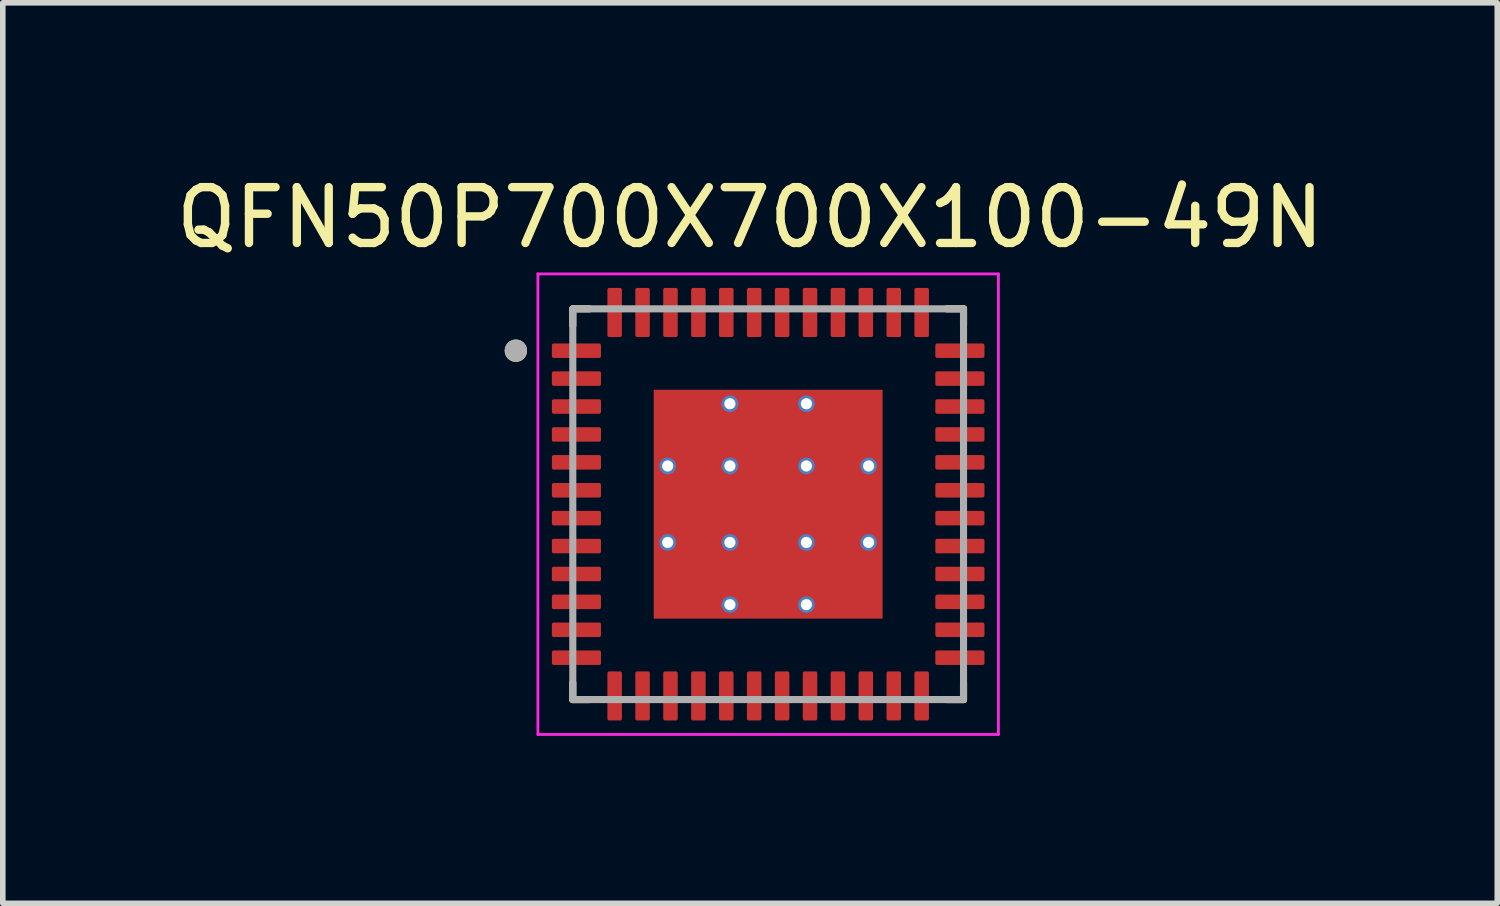
<source format=kicad_pcb>
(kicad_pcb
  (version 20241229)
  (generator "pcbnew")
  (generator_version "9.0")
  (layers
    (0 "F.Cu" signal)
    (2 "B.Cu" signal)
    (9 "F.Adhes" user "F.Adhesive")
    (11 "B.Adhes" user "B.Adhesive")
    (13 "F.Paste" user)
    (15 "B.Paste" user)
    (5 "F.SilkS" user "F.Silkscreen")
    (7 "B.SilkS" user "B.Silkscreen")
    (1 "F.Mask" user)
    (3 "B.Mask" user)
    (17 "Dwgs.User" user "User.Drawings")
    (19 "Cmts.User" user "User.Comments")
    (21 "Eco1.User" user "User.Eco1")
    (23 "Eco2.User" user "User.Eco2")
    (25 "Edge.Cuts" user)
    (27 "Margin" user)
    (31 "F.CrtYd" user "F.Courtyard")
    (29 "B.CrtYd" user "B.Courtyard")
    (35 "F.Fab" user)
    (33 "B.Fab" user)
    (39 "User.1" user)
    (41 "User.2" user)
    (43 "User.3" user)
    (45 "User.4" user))
  (footprint "QFN50P700X700X100-49N"
    (layer "F.Cu")
    (at 10.712 5.983)
    (property "Reference" "QFN50P700X700X100-49N" (at -0.325 -5.135 0) (layer "F.SilkS") (effects (font (size 1 1) (thickness 0.15))))
    (attr smd)
    (fp_line (start -3.5 -3.5) (end -3.5 -3.2) (stroke (width 0.127) (type solid)) (layer "F.SilkS"))
    (fp_line (start -3.5 -3.5) (end -3.2 -3.5) (stroke (width 0.127) (type solid)) (layer "F.SilkS"))
    (fp_line (start -3.5 3.5) (end -3.5 3.2) (stroke (width 0.127) (type solid)) (layer "F.SilkS"))
    (fp_line (start -3.5 3.5) (end -3.2 3.5) (stroke (width 0.127) (type solid)) (layer "F.SilkS"))
    (fp_line (start 3.5 -3.5) (end 3.2 -3.5) (stroke (width 0.127) (type solid)) (layer "F.SilkS"))
    (fp_line (start 3.5 -3.5) (end 3.5 -3.2) (stroke (width 0.127) (type solid)) (layer "F.SilkS"))
    (fp_line (start 3.5 3.5) (end 3.2 3.5) (stroke (width 0.127) (type solid)) (layer "F.SilkS"))
    (fp_line (start 3.5 3.5) (end 3.5 3.2) (stroke (width 0.127) (type solid)) (layer "F.SilkS"))
    (fp_circle (center -4.52 -2.75) (end -4.42 -2.75) (stroke (width 0.2) (type solid)) (fill no) (layer "F.SilkS"))
    (fp_poly (pts (xy -1.955 -1.955) (xy -0.785 -1.955) (xy -0.785 -0.785) (xy -1.955 -0.785)) (stroke (width 0.01) (type solid)) (fill yes) (layer "F.Paste"))
    (fp_poly (pts (xy -1.955 -0.585) (xy -0.785 -0.585) (xy -0.785 0.585) (xy -1.955 0.585)) (stroke (width 0.01) (type solid)) (fill yes) (layer "F.Paste"))
    (fp_poly (pts (xy -1.955 0.785) (xy -0.785 0.785) (xy -0.785 1.955) (xy -1.955 1.955)) (stroke (width 0.01) (type solid)) (fill yes) (layer "F.Paste"))
    (fp_poly (pts (xy -0.585 -1.955) (xy 0.585 -1.955) (xy 0.585 -0.785) (xy -0.585 -0.785)) (stroke (width 0.01) (type solid)) (fill yes) (layer "F.Paste"))
    (fp_poly (pts (xy -0.585 -0.585) (xy 0.585 -0.585) (xy 0.585 0.585) (xy -0.585 0.585)) (stroke (width 0.01) (type solid)) (fill yes) (layer "F.Paste"))
    (fp_poly (pts (xy -0.585 0.785) (xy 0.585 0.785) (xy 0.585 1.955) (xy -0.585 1.955)) (stroke (width 0.01) (type solid)) (fill yes) (layer "F.Paste"))
    (fp_poly (pts (xy 0.785 -1.955) (xy 1.955 -1.955) (xy 1.955 -0.785) (xy 0.785 -0.785)) (stroke (width 0.01) (type solid)) (fill yes) (layer "F.Paste"))
    (fp_poly (pts (xy 0.785 -0.585) (xy 1.955 -0.585) (xy 1.955 0.585) (xy 0.785 0.585)) (stroke (width 0.01) (type solid)) (fill yes) (layer "F.Paste"))
    (fp_poly (pts (xy 0.785 0.785) (xy 1.955 0.785) (xy 1.955 1.955) (xy 0.785 1.955)) (stroke (width 0.01) (type solid)) (fill yes) (layer "F.Paste"))
    (fp_line (start -4.125 -4.125) (end 4.125 -4.125) (stroke (width 0.05) (type solid)) (layer "F.CrtYd"))
    (fp_line (start -4.125 4.125) (end -4.125 -4.125) (stroke (width 0.05) (type solid)) (layer "F.CrtYd"))
    (fp_line (start -4.125 4.125) (end 4.125 4.125) (stroke (width 0.05) (type solid)) (layer "F.CrtYd"))
    (fp_line (start 4.125 4.125) (end 4.125 -4.125) (stroke (width 0.05) (type solid)) (layer "F.CrtYd"))
    (fp_line (start -3.5 3.5) (end -3.5 -3.5) (stroke (width 0.127) (type solid)) (layer "F.Fab"))
    (fp_line (start 3.5 -3.5) (end -3.5 -3.5) (stroke (width 0.127) (type solid)) (layer "F.Fab"))
    (fp_line (start 3.5 3.5) (end -3.5 3.5) (stroke (width 0.127) (type solid)) (layer "F.Fab"))
    (fp_line (start 3.5 3.5) (end 3.5 -3.5) (stroke (width 0.127) (type solid)) (layer "F.Fab"))
    (fp_circle (center -4.52 -2.75) (end -4.42 -2.75) (stroke (width 0.2) (type solid)) (fill no) (layer "F.Fab"))
    (pad "1" smd roundrect (at -3.435 -2.75) (size 0.88 0.26) (layers "F.Cu" "F.Mask" "F.Paste") (roundrect_rratio 0.125))
    (pad "2" smd roundrect (at -3.435 -2.25) (size 0.88 0.26) (layers "F.Cu" "F.Mask" "F.Paste") (roundrect_rratio 0.125))
    (pad "3" smd roundrect (at -3.435 -1.75) (size 0.88 0.26) (layers "F.Cu" "F.Mask" "F.Paste") (roundrect_rratio 0.125))
    (pad "4" smd roundrect (at -3.435 -1.25) (size 0.88 0.26) (layers "F.Cu" "F.Mask" "F.Paste") (roundrect_rratio 0.125))
    (pad "5" smd roundrect (at -3.435 -0.75) (size 0.88 0.26) (layers "F.Cu" "F.Mask" "F.Paste") (roundrect_rratio 0.125))
    (pad "6" smd roundrect (at -3.435 -0.25) (size 0.88 0.26) (layers "F.Cu" "F.Mask" "F.Paste") (roundrect_rratio 0.125))
    (pad "7" smd roundrect (at -3.435 0.25) (size 0.88 0.26) (layers "F.Cu" "F.Mask" "F.Paste") (roundrect_rratio 0.125))
    (pad "8" smd roundrect (at -3.435 0.75) (size 0.88 0.26) (layers "F.Cu" "F.Mask" "F.Paste") (roundrect_rratio 0.125))
    (pad "9" smd roundrect (at -3.435 1.25) (size 0.88 0.26) (layers "F.Cu" "F.Mask" "F.Paste") (roundrect_rratio 0.125))
    (pad "10" smd roundrect (at -3.435 1.75) (size 0.88 0.26) (layers "F.Cu" "F.Mask" "F.Paste") (roundrect_rratio 0.125))
    (pad "11" smd roundrect (at -3.435 2.25) (size 0.88 0.26) (layers "F.Cu" "F.Mask" "F.Paste") (roundrect_rratio 0.125))
    (pad "12" smd roundrect (at -3.435 2.75) (size 0.88 0.26) (layers "F.Cu" "F.Mask" "F.Paste") (roundrect_rratio 0.125))
    (pad "13" smd roundrect (at -2.75 3.435) (size 0.26 0.88) (layers "F.Cu" "F.Mask" "F.Paste") (roundrect_rratio 0.125))
    (pad "14" smd roundrect (at -2.25 3.435) (size 0.26 0.88) (layers "F.Cu" "F.Mask" "F.Paste") (roundrect_rratio 0.125))
    (pad "15" smd roundrect (at -1.75 3.435) (size 0.26 0.88) (layers "F.Cu" "F.Mask" "F.Paste") (roundrect_rratio 0.125))
    (pad "16" smd roundrect (at -1.25 3.435) (size 0.26 0.88) (layers "F.Cu" "F.Mask" "F.Paste") (roundrect_rratio 0.125))
    (pad "17" smd roundrect (at -0.75 3.435) (size 0.26 0.88) (layers "F.Cu" "F.Mask" "F.Paste") (roundrect_rratio 0.125))
    (pad "18" smd roundrect (at -0.25 3.435) (size 0.26 0.88) (layers "F.Cu" "F.Mask" "F.Paste") (roundrect_rratio 0.125))
    (pad "19" smd roundrect (at 0.25 3.435) (size 0.26 0.88) (layers "F.Cu" "F.Mask" "F.Paste") (roundrect_rratio 0.125))
    (pad "20" smd roundrect (at 0.75 3.435) (size 0.26 0.88) (layers "F.Cu" "F.Mask" "F.Paste") (roundrect_rratio 0.125))
    (pad "21" smd roundrect (at 1.25 3.435) (size 0.26 0.88) (layers "F.Cu" "F.Mask" "F.Paste") (roundrect_rratio 0.125))
    (pad "22" smd roundrect (at 1.75 3.435) (size 0.26 0.88) (layers "F.Cu" "F.Mask" "F.Paste") (roundrect_rratio 0.125))
    (pad "23" smd roundrect (at 2.25 3.435) (size 0.26 0.88) (layers "F.Cu" "F.Mask" "F.Paste") (roundrect_rratio 0.125))
    (pad "24" smd roundrect (at 2.75 3.435) (size 0.26 0.88) (layers "F.Cu" "F.Mask" "F.Paste") (roundrect_rratio 0.125))
    (pad "25" smd roundrect (at 3.435 2.75) (size 0.88 0.26) (layers "F.Cu" "F.Mask" "F.Paste") (roundrect_rratio 0.125))
    (pad "26" smd roundrect (at 3.435 2.25) (size 0.88 0.26) (layers "F.Cu" "F.Mask" "F.Paste") (roundrect_rratio 0.125))
    (pad "27" smd roundrect (at 3.435 1.75) (size 0.88 0.26) (layers "F.Cu" "F.Mask" "F.Paste") (roundrect_rratio 0.125))
    (pad "28" smd roundrect (at 3.435 1.25) (size 0.88 0.26) (layers "F.Cu" "F.Mask" "F.Paste") (roundrect_rratio 0.125))
    (pad "29" smd roundrect (at 3.435 0.75) (size 0.88 0.26) (layers "F.Cu" "F.Mask" "F.Paste") (roundrect_rratio 0.125))
    (pad "30" smd roundrect (at 3.435 0.25) (size 0.88 0.26) (layers "F.Cu" "F.Mask" "F.Paste") (roundrect_rratio 0.125))
    (pad "31" smd roundrect (at 3.435 -0.25) (size 0.88 0.26) (layers "F.Cu" "F.Mask" "F.Paste") (roundrect_rratio 0.125))
    (pad "32" smd roundrect (at 3.435 -0.75) (size 0.88 0.26) (layers "F.Cu" "F.Mask" "F.Paste") (roundrect_rratio 0.125))
    (pad "33" smd roundrect (at 3.435 -1.25) (size 0.88 0.26) (layers "F.Cu" "F.Mask" "F.Paste") (roundrect_rratio 0.125))
    (pad "34" smd roundrect (at 3.435 -1.75) (size 0.88 0.26) (layers "F.Cu" "F.Mask" "F.Paste") (roundrect_rratio 0.125))
    (pad "35" smd roundrect (at 3.435 -2.25) (size 0.88 0.26) (layers "F.Cu" "F.Mask" "F.Paste") (roundrect_rratio 0.125))
    (pad "36" smd roundrect (at 3.435 -2.75) (size 0.88 0.26) (layers "F.Cu" "F.Mask" "F.Paste") (roundrect_rratio 0.125))
    (pad "37" smd roundrect (at 2.75 -3.435) (size 0.26 0.88) (layers "F.Cu" "F.Mask" "F.Paste") (roundrect_rratio 0.125))
    (pad "38" smd roundrect (at 2.25 -3.435) (size 0.26 0.88) (layers "F.Cu" "F.Mask" "F.Paste") (roundrect_rratio 0.125))
    (pad "39" smd roundrect (at 1.75 -3.435) (size 0.26 0.88) (layers "F.Cu" "F.Mask" "F.Paste") (roundrect_rratio 0.125))
    (pad "40" smd roundrect (at 1.25 -3.435) (size 0.26 0.88) (layers "F.Cu" "F.Mask" "F.Paste") (roundrect_rratio 0.125))
    (pad "41" smd roundrect (at 0.75 -3.435) (size 0.26 0.88) (layers "F.Cu" "F.Mask" "F.Paste") (roundrect_rratio 0.125))
    (pad "42" smd roundrect (at 0.25 -3.435) (size 0.26 0.88) (layers "F.Cu" "F.Mask" "F.Paste") (roundrect_rratio 0.125))
    (pad "43" smd roundrect (at -0.25 -3.435) (size 0.26 0.88) (layers "F.Cu" "F.Mask" "F.Paste") (roundrect_rratio 0.125))
    (pad "44" smd roundrect (at -0.75 -3.435) (size 0.26 0.88) (layers "F.Cu" "F.Mask" "F.Paste") (roundrect_rratio 0.125))
    (pad "45" smd roundrect (at -1.25 -3.435) (size 0.26 0.88) (layers "F.Cu" "F.Mask" "F.Paste") (roundrect_rratio 0.125))
    (pad "46" smd roundrect (at -1.75 -3.435) (size 0.26 0.88) (layers "F.Cu" "F.Mask" "F.Paste") (roundrect_rratio 0.125))
    (pad "47" smd roundrect (at -2.25 -3.435) (size 0.26 0.88) (layers "F.Cu" "F.Mask" "F.Paste") (roundrect_rratio 0.125))
    (pad "48" smd roundrect (at -2.75 -3.435) (size 0.26 0.88) (layers "F.Cu" "F.Mask" "F.Paste") (roundrect_rratio 0.125))
    (pad "49" smd rect (at 0 0) (size 4.1 4.1) (layers "F.Cu" "F.Mask"))
    (pad "50" thru_hole circle (at -0.685 -1.8) (size 0.3 0.3) (drill 0.2) (layers "*.Cu" "*.Mask"))
    (pad "51" thru_hole circle (at 0.685 -1.8) (size 0.3 0.3) (drill 0.2) (layers "*.Cu" "*.Mask"))
    (pad "52" thru_hole circle (at -1.8 -0.685) (size 0.3 0.3) (drill 0.2) (layers "*.Cu" "*.Mask"))
    (pad "53" thru_hole circle (at -0.685 -0.685) (size 0.3 0.3) (drill 0.2) (layers "*.Cu" "*.Mask"))
    (pad "54" thru_hole circle (at 0.685 -0.685) (size 0.3 0.3) (drill 0.2) (layers "*.Cu" "*.Mask"))
    (pad "55" thru_hole circle (at 1.8 -0.685) (size 0.3 0.3) (drill 0.2) (layers "*.Cu" "*.Mask"))
    (pad "56" thru_hole circle (at -1.8 0.685) (size 0.3 0.3) (drill 0.2) (layers "*.Cu" "*.Mask"))
    (pad "57" thru_hole circle (at -0.685 0.685) (size 0.3 0.3) (drill 0.2) (layers "*.Cu" "*.Mask"))
    (pad "58" thru_hole circle (at 0.685 0.685) (size 0.3 0.3) (drill 0.2) (layers "*.Cu" "*.Mask"))
    (pad "59" thru_hole circle (at 1.8 0.685) (size 0.3 0.3) (drill 0.2) (layers "*.Cu" "*.Mask"))
    (pad "60" thru_hole circle (at -0.685 1.8) (size 0.3 0.3) (drill 0.2) (layers "*.Cu" "*.Mask"))
    (pad "61" thru_hole circle (at 0.685 1.8) (size 0.3 0.3) (drill 0.2) (layers "*.Cu" "*.Mask")))
  (gr_rect
    (start -3 -3)
    (end 23.774 13.133)
    (stroke (width 0.1) (type default))
    (fill no)
    (layer "Edge.Cuts")))
</source>
